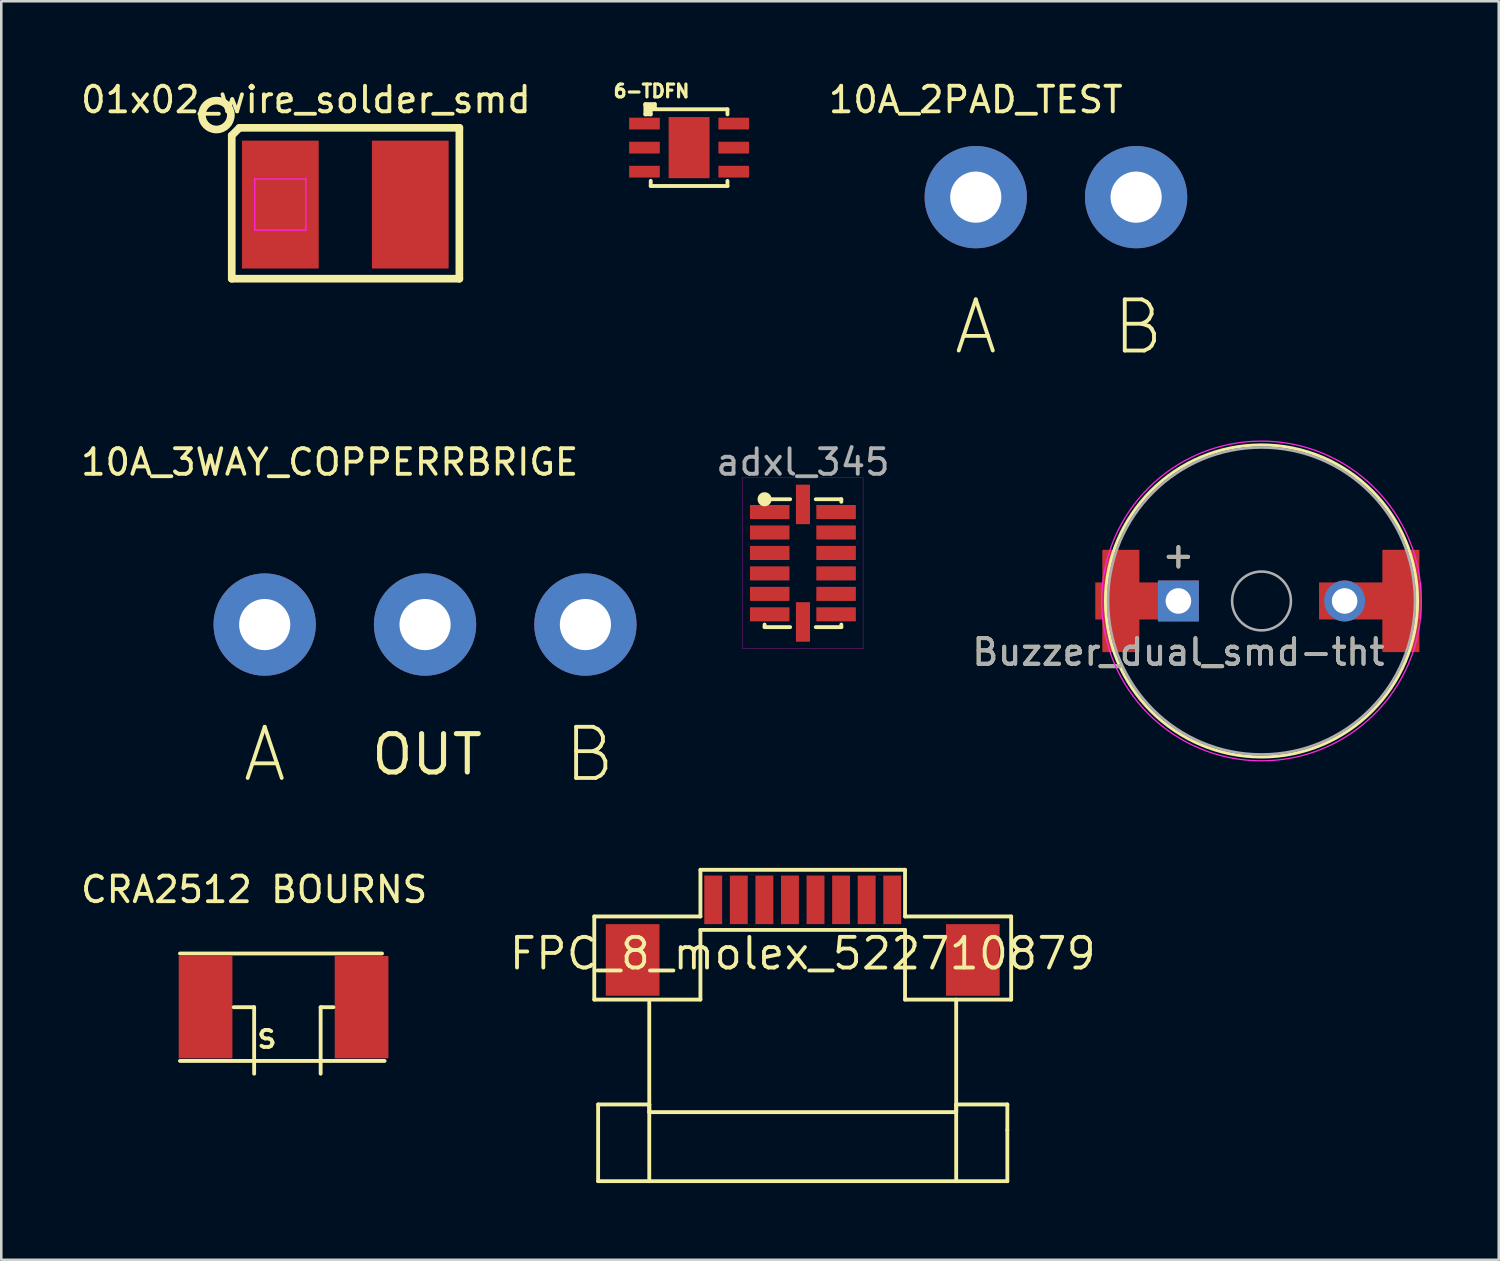
<source format=kicad_pcb>
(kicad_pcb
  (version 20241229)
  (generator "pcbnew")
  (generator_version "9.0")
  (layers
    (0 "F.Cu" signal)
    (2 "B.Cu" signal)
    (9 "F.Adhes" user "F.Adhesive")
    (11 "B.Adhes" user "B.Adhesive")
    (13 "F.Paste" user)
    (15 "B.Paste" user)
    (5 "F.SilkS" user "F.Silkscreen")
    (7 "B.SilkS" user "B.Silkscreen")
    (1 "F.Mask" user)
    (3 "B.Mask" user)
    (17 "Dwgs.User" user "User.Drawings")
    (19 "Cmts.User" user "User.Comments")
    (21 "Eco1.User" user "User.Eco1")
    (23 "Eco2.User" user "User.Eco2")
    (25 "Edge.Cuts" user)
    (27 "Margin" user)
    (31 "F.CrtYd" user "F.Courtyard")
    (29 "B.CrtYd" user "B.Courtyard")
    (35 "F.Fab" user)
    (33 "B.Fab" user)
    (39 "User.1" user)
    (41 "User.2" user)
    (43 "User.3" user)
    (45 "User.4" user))
  (footprint "01x02_wire_solder_smd"
    (layer "F.Cu")
    (at 7.911 4.948)
    (property "Reference" "01x02_wire_solder_smd" (at 1 -4.1 180) (layer "F.SilkS") (effects (font (size 1 1) (thickness 0.15))))
    (attr exclude_from_pos_files exclude_from_bom)
    (fp_line (start -1.9 -2.7) (end -1.6 -3) (stroke (width 0.3) (type solid)) (layer "F.SilkS"))
    (fp_line (start -1.9 2.9) (end -1.9 -2.7) (stroke (width 0.3) (type solid)) (layer "F.SilkS"))
    (fp_line (start -1.6 -3) (end 7 -3) (stroke (width 0.3) (type solid)) (layer "F.SilkS"))
    (fp_line (start 7 -3) (end 7 2.9) (stroke (width 0.3) (type solid)) (layer "F.SilkS"))
    (fp_line (start 7 2.9) (end -1.9 2.9) (stroke (width 0.3) (type solid)) (layer "F.SilkS"))
    (fp_circle (center -2.5 -3.5) (end -2.1 -3.9) (stroke (width 0.3) (type solid)) (fill no) (layer "F.SilkS"))
    (fp_line (start -1 -1) (end 1 -1) (stroke (width 0.05) (type solid)) (layer "F.CrtYd"))
    (fp_line (start -1 1) (end -1 -1) (stroke (width 0.05) (type solid)) (layer "F.CrtYd"))
    (fp_line (start 1 -1) (end 1 1) (stroke (width 0.05) (type solid)) (layer "F.CrtYd"))
    (fp_line (start 1 1) (end -1 1) (stroke (width 0.05) (type solid)) (layer "F.CrtYd"))
    (pad "1" smd rect (at 0 0) (size 3 5) (layers "F.Cu" "F.Mask"))
    (pad "2" smd rect (at 5.08 0) (size 3 5) (layers "F.Cu" "F.Mask")))
  (footprint "FPC_8_molex_522710879"
    (layer "F.Cu")
    (at 28.336 32.133)
    (property "Reference" "FPC_8_molex_522710879" (at 0 2.1 0) (layer "F.SilkS") (effects (font (size 1.2 1.2) (thickness 0.15))))
    (attr through_hole)
    (fp_line (start -8.15 0.65) (end -4 0.65) (stroke (width 0.15) (type solid)) (layer "F.SilkS"))
    (fp_line (start -8.15 3.9) (end -8.15 0.65) (stroke (width 0.15) (type solid)) (layer "F.SilkS"))
    (fp_line (start -8 8) (end -6 8) (stroke (width 0.15) (type solid)) (layer "F.SilkS"))
    (fp_line (start -8 11) (end -8 8) (stroke (width 0.15) (type solid)) (layer "F.SilkS"))
    (fp_line (start -6 4) (end -6 8) (stroke (width 0.15) (type solid)) (layer "F.SilkS"))
    (fp_line (start -6 8) (end -6 8.3) (stroke (width 0.15) (type solid)) (layer "F.SilkS"))
    (fp_line (start -6 8) (end -6 11) (stroke (width 0.15) (type solid)) (layer "F.SilkS"))
    (fp_line (start -6 8.3) (end 6 8.3) (stroke (width 0.15) (type solid)) (layer "F.SilkS"))
    (fp_line (start -6 11) (end -8 11) (stroke (width 0.15) (type solid)) (layer "F.SilkS"))
    (fp_line (start -6 11) (end 6 11) (stroke (width 0.15) (type solid)) (layer "F.SilkS"))
    (fp_line (start -4 -1.175) (end 4 -1.175) (stroke (width 0.15) (type solid)) (layer "F.SilkS"))
    (fp_line (start -4 0.65) (end -4 -1.175) (stroke (width 0.15) (type solid)) (layer "F.SilkS"))
    (fp_line (start -4 1.175) (end -4 3.9) (stroke (width 0.15) (type solid)) (layer "F.SilkS"))
    (fp_line (start -4 1.175) (end 4 1.175) (stroke (width 0.15) (type solid)) (layer "F.SilkS"))
    (fp_line (start -4 3.9) (end -8.15 3.9) (stroke (width 0.15) (type solid)) (layer "F.SilkS"))
    (fp_line (start 4 0.65) (end 4 -1.175) (stroke (width 0.15) (type solid)) (layer "F.SilkS"))
    (fp_line (start 4 1.175) (end 4 3.9) (stroke (width 0.15) (type solid)) (layer "F.SilkS"))
    (fp_line (start 4 3.9) (end 8.15 3.9) (stroke (width 0.15) (type solid)) (layer "F.SilkS"))
    (fp_line (start 6 8.3) (end 6 3.9) (stroke (width 0.15) (type solid)) (layer "F.SilkS"))
    (fp_line (start 6 11) (end 6 8) (stroke (width 0.15) (type solid)) (layer "F.SilkS"))
    (fp_line (start 6 11) (end 8 11) (stroke (width 0.15) (type solid)) (layer "F.SilkS"))
    (fp_line (start 8 8) (end 6 8) (stroke (width 0.15) (type solid)) (layer "F.SilkS"))
    (fp_line (start 8 9) (end 8 8) (stroke (width 0.15) (type solid)) (layer "F.SilkS"))
    (fp_line (start 8 11) (end 8 9) (stroke (width 0.15) (type solid)) (layer "F.SilkS"))
    (fp_line (start 8.15 0.65) (end 4 0.65) (stroke (width 0.15) (type solid)) (layer "F.SilkS"))
    (fp_line (start 8.15 3.9) (end 8.15 0.65) (stroke (width 0.15) (type solid)) (layer "F.SilkS"))
    (pad "0" smd rect (at -6.65 2.35) (size 2.1 2.8) (layers "F.Cu" "F.Mask" "F.Paste"))
    (pad "0" smd rect (at 6.65 2.35) (size 2.1 2.8) (layers "F.Cu" "F.Mask" "F.Paste"))
    (pad "1" smd rect (at -3.5 0) (size 0.7 1.9) (layers "F.Cu" "F.Mask" "F.Paste"))
    (pad "2" smd rect (at -2.5 0) (size 0.7 1.9) (layers "F.Cu" "F.Mask" "F.Paste"))
    (pad "3" smd rect (at -1.5 0) (size 0.7 1.9) (layers "F.Cu" "F.Mask" "F.Paste"))
    (pad "4" smd rect (at -0.5 0) (size 0.7 1.9) (layers "F.Cu" "F.Mask" "F.Paste"))
    (pad "5" smd rect (at 0.5 0) (size 0.7 1.9) (layers "F.Cu" "F.Mask" "F.Paste"))
    (pad "6" smd rect (at 1.5 0) (size 0.7 1.9) (layers "F.Cu" "F.Mask" "F.Paste"))
    (pad "7" smd rect (at 2.5 0) (size 0.7 1.9) (layers "F.Cu" "F.Mask" "F.Paste"))
    (pad "8" smd rect (at 3.5 0) (size 0.7 1.9) (layers "F.Cu" "F.Mask" "F.Paste")))
  (footprint "Buzzer_dual_smd-tht"
    (layer "F.Cu")
    (at 43.024 20.447)
    (property "Reference" "Buzzer_dual_smd-tht" (at 0 2 0) (layer "F.SilkS") (effects (font (size 1 1) (thickness 0.15))))
    (attr through_hole)
    (fp_circle (center 3.25 0) (end 9.35 0) (stroke (width 0.12) (type solid)) (fill no) (layer "F.SilkS"))
    (fp_circle (center 3.25 0) (end 9.5 0) (stroke (width 0.05) (type solid)) (fill no) (layer "F.CrtYd"))
    (fp_circle (center 3.25 0) (end 4.4 0) (stroke (width 0.1) (type solid)) (fill no) (layer "F.Fab"))
    (fp_circle (center 3.25 0) (end 9.25 0) (stroke (width 0.1) (type solid)) (fill no) (layer "F.Fab"))
    (fp_text user "+" (at 0 -1.8 0) (layer "F.SilkS") (effects (font (size 1 1) (thickness 0.15))))
    (fp_text user "+" (at 0 -1.8 0) (layer "F.Fab") (effects (font (size 1 1) (thickness 0.15))))
    (fp_text user "${REFERENCE}" (at 0 2 0) (layer "F.Fab") (effects (font (size 1 1) (thickness 0.15))))
    (pad "1" smd rect (at -2.25 0) (size 1.45 4) (layers "F.Cu" "F.Mask" "F.Paste"))
    (pad "1" smd rect (at -1.25 0 90) (size 1.45 4) (layers "F.Cu" "F.Mask" "F.Paste"))
    (pad "1" thru_hole rect (at 0 0) (size 1.6 1.6) (drill 1) (layers "*.Cu" "*.Mask"))
    (pad "2" thru_hole circle (at 6.5 0) (size 1.6 1.6) (drill 1) (layers "*.Cu" "*.Mask"))
    (pad "2" smd rect (at 7.5 0 90) (size 1.45 4) (layers "F.Cu" "F.Mask" "F.Paste"))
    (pad "2" smd rect (at 8.7 0) (size 1.45 4) (layers "F.Cu" "F.Mask" "F.Paste")))
  (footprint "CRA2512 BOURNS"
    (layer "F.Cu")
    (at 4.987 36.331)
    (property "Reference" "CRA2512 BOURNS" (at 1.9 -4.6 0) (layer "F.SilkS") (effects (font (size 1 1) (thickness 0.15))))
    (attr through_hole)
    (fp_line (start -1 -2.1) (end 6.9 -2.1) (stroke (width 0.15) (type solid)) (layer "F.SilkS"))
    (fp_line (start -1 2.1) (end 7 2.1) (stroke (width 0.15) (type solid)) (layer "F.SilkS"))
    (fp_line (start 1.1 0) (end 1.9 0) (stroke (width 0.15) (type solid)) (layer "F.SilkS"))
    (fp_line (start 1.9 0) (end 1.9 2.6) (stroke (width 0.15) (type solid)) (layer "F.SilkS"))
    (fp_line (start 4.5 0) (end 4.5 2.6) (stroke (width 0.15) (type solid)) (layer "F.SilkS"))
    (fp_line (start 5 0) (end 4.5 0) (stroke (width 0.15) (type solid)) (layer "F.SilkS"))
    (fp_text user "s" (at 2.4 1.1 0) (layer "F.SilkS") (effects (font (size 1 1) (thickness 0.15))))
    (pad "1" smd rect (at 0 0) (size 2.1 4) (layers "F.Cu" "F.Mask" "F.Paste"))
    (pad "2" smd rect (at 6.1 0) (size 2.1 4) (layers "F.Cu" "F.Mask" "F.Paste")))
  (footprint "10A_3WAY_COPPERRBRIGE"
    (layer "F.Cu")
    (at 7.299 21.37)
    (property "Reference" "10A_3WAY_COPPERRBRIGE" (at 2.54 -6.35 0) (layer "F.SilkS") (effects (font (size 1 1) (thickness 0.15))))
    (attr through_hole)
    (fp_text user "B" (at 12.7 5.08 0) (layer "F.SilkS") (effects (font (size 2 2) (thickness 0.15))))
    (fp_text user "A" (at 0 5.08 0) (layer "F.SilkS") (effects (font (size 2 2) (thickness 0.15))))
    (fp_text user "OUT" (at 6.35 5.08 0) (layer "F.SilkS") (effects (font (size 1.5 1.5) (thickness 0.2))))
    (pad "1" thru_hole circle (at 0 0) (size 4 4) (drill 2) (layers "*.Cu" "*.Mask"))
    (pad "2" thru_hole circle (at 6.27 0) (size 4 4) (drill 2) (layers "*.Cu" "*.Mask"))
    (pad "3" thru_hole circle (at 12.54 0) (size 4 4) (drill 2) (layers "*.Cu" "*.Mask")))
  (footprint "adxl_345"
    (layer "F.Cu")
    (at 28.345 18.97)
    (property "Reference" "adxl_345" (at 0 -3.95 0) (layer "F.Fab") (effects (font (size 1 1) (thickness 0.15))))
    (attr through_hole)
    (fp_line (start -1.5 -2.5) (end -1.5 -2.4) (stroke (width 0.15) (type solid)) (layer "F.SilkS"))
    (fp_line (start -1.5 -2.5) (end -0.5 -2.5) (stroke (width 0.15) (type solid)) (layer "F.SilkS"))
    (fp_line (start -1.5 2.5) (end -1.5 2.4) (stroke (width 0.15) (type solid)) (layer "F.SilkS"))
    (fp_line (start -1.5 2.5) (end -0.5 2.5) (stroke (width 0.15) (type solid)) (layer "F.SilkS"))
    (fp_line (start 0.5 -2.5) (end 1.5 -2.5) (stroke (width 0.15) (type solid)) (layer "F.SilkS"))
    (fp_line (start 0.5 2.5) (end 1.5 2.5) (stroke (width 0.15) (type solid)) (layer "F.SilkS"))
    (fp_line (start 1.5 -2.5) (end 1.5 -2.4) (stroke (width 0.15) (type solid)) (layer "F.SilkS"))
    (fp_line (start 1.5 2.5) (end 1.5 2.4) (stroke (width 0.15) (type solid)) (layer "F.SilkS"))
    (fp_circle (center -1.5 -2.5) (end -1.5 -2.7) (stroke (width 0.15) (type solid)) (fill no) (layer "F.SilkS"))
    (fp_circle (center -1.5 -2.5) (end -1.5 -2.6) (stroke (width 0.15) (type solid)) (fill no) (layer "F.SilkS"))
    (fp_line (start -2.35 -3.35) (end 2.35 -3.35) (stroke (width 0.01) (type solid)) (layer "F.CrtYd"))
    (fp_line (start -2.35 3.35) (end -2.35 -3.35) (stroke (width 0.01) (type solid)) (layer "F.CrtYd"))
    (fp_line (start 2.35 -3.35) (end 2.35 3.35) (stroke (width 0.01) (type solid)) (layer "F.CrtYd"))
    (fp_line (start 2.35 3.35) (end -2.35 3.35) (stroke (width 0.01) (type solid)) (layer "F.CrtYd"))
    (pad "1" smd rect (at -1.1 -2) (size 1.545 0.55) (drill (offset -0.2 0)) (layers "F.Cu" "F.Mask" "F.Paste"))
    (pad "2" smd rect (at -1.1 -1.2) (size 1.545 0.55) (drill (offset -0.2 0)) (layers "F.Cu" "F.Mask" "F.Paste"))
    (pad "3" smd rect (at -1.1 -0.4) (size 1.545 0.55) (drill (offset -0.2 0)) (layers "F.Cu" "F.Mask" "F.Paste"))
    (pad "4" smd rect (at -1.1 0.4) (size 1.545 0.55) (drill (offset -0.2 0)) (layers "F.Cu" "F.Mask" "F.Paste"))
    (pad "5" smd rect (at -1.1 1.2) (size 1.545 0.55) (drill (offset -0.2 0)) (layers "F.Cu" "F.Mask" "F.Paste"))
    (pad "6" smd rect (at -1.1 2) (size 1.545 0.55) (drill (offset -0.2 0)) (layers "F.Cu" "F.Mask" "F.Paste"))
    (pad "7" smd rect (at 0 2.098) (size 0.55 1.545) (drill (offset 0 0.2)) (layers "F.Cu" "F.Mask" "F.Paste"))
    (pad "8" smd rect (at 1.095 2) (size 1.545 0.55) (drill (offset 0.2 0)) (layers "F.Cu" "F.Mask" "F.Paste"))
    (pad "9" smd rect (at 1.095 1.2) (size 1.545 0.55) (drill (offset 0.2 0)) (layers "F.Cu" "F.Mask" "F.Paste"))
    (pad "10" smd rect (at 1.095 0.4) (size 1.545 0.55) (drill (offset 0.2 0)) (layers "F.Cu" "F.Mask" "F.Paste"))
    (pad "11" smd rect (at 1.095 -0.4) (size 1.545 0.55) (drill (offset 0.2 0)) (layers "F.Cu" "F.Mask" "F.Paste"))
    (pad "12" smd rect (at 1.095 -1.2) (size 1.545 0.55) (drill (offset 0.2 0)) (layers "F.Cu" "F.Mask" "F.Paste"))
    (pad "13" smd rect (at 1.095 -2) (size 1.545 0.55) (drill (offset 0.2 0)) (layers "F.Cu" "F.Mask" "F.Paste"))
    (pad "14" smd rect (at 0 -2.098) (size 0.55 1.545) (drill (offset 0 -0.2)) (layers "F.Cu" "F.Mask" "F.Paste")))
  (footprint "6-TDFN"
    (layer "F.Cu")
    (at 23.893 2.722)
    (property "Reference" "6-TDFN" (at -1.47 -2.21 0) (layer "F.SilkS") (effects (font (size 0.5 0.5) (thickness 0.125))))
    (attr through_hole)
    (fp_line (start -1.71 -1.7) (end -1.34 -1.7) (stroke (width 0.15) (type solid)) (layer "F.SilkS"))
    (fp_line (start -1.71 -1.67) (end -1.71 -1.7) (stroke (width 0.15) (type solid)) (layer "F.SilkS"))
    (fp_line (start -1.71 -1.3) (end -1.71 -1.67) (stroke (width 0.15) (type solid)) (layer "F.SilkS"))
    (fp_line (start -1.6 -1.6) (end -1.6 -1.35) (stroke (width 0.15) (type solid)) (layer "F.SilkS"))
    (fp_line (start -1.5 -1.5) (end -1.5 -1.3) (stroke (width 0.15) (type solid)) (layer "F.SilkS"))
    (fp_line (start -1.5 -1.5) (end 1.5 -1.5) (stroke (width 0.15) (type solid)) (layer "F.SilkS"))
    (fp_line (start -1.5 -1.3) (end -1.71 -1.3) (stroke (width 0.15) (type solid)) (layer "F.SilkS"))
    (fp_line (start -1.5 1.5) (end -1.5 1.3) (stroke (width 0.15) (type solid)) (layer "F.SilkS"))
    (fp_line (start -1.34 -1.7) (end -1.34 -1.56) (stroke (width 0.15) (type solid)) (layer "F.SilkS"))
    (fp_line (start -1.34 -1.56) (end -1.6 -1.6) (stroke (width 0.15) (type solid)) (layer "F.SilkS"))
    (fp_line (start 1.5 -1.5) (end 1.5 -1.3) (stroke (width 0.15) (type solid)) (layer "F.SilkS"))
    (fp_line (start 1.5 1.3) (end 1.5 1.5) (stroke (width 0.15) (type solid)) (layer "F.SilkS"))
    (fp_line (start 1.5 1.5) (end -1.5 1.5) (stroke (width 0.15) (type solid)) (layer "F.SilkS"))
    (pad "1" smd rect (at -1.745 -0.94) (size 1.2 0.46) (layers "F.Cu" "F.Mask" "F.Paste"))
    (pad "2" smd rect (at -1.745 0) (size 1.2 0.46) (layers "F.Cu" "F.Mask" "F.Paste"))
    (pad "3" smd rect (at -1.745 0.94) (size 1.2 0.46) (layers "F.Cu" "F.Mask" "F.Paste"))
    (pad "4" smd rect (at 1.745 0.94) (size 1.2 0.46) (layers "F.Cu" "F.Mask" "F.Paste"))
    (pad "5" smd rect (at 1.745 0) (size 1.2 0.46) (layers "F.Cu" "F.Mask" "F.Paste"))
    (pad "6" smd rect (at 1.745 -0.94) (size 1.2 0.46) (layers "F.Cu" "F.Mask" "F.Paste"))
    (pad "7" smd rect (at 0 0) (size 1.2 2) (layers "F.Cu" "F.Paste"))
    (pad "7" smd rect (at 0 0) (size 1.6 2.39) (layers "F.Cu" "F.Mask")))
  (footprint "10A_2PAD_TEST"
    (layer "F.Cu")
    (at 35.101 4.658)
    (property "Reference" "10A_2PAD_TEST" (at 0 -3.81 0) (layer "F.SilkS") (effects (font (size 1 1) (thickness 0.15))))
    (attr through_hole)
    (fp_text user "A" (at 0 5.08 0) (layer "F.SilkS") (effects (font (size 2 2) (thickness 0.15))))
    (fp_text user "B" (at 6.35 5.08 0) (layer "F.SilkS") (effects (font (size 2 2) (thickness 0.15))))
    (pad "1" thru_hole circle (at 0 0) (size 4 4) (drill 2) (layers "*.Cu" "*.Mask"))
    (pad "2" thru_hole circle (at 6.27 0) (size 4 4) (drill 2) (layers "*.Cu" "*.Mask")))
  (gr_rect
    (start -3 -3)
    (end 55.549 46.208)
    (stroke (width 0.1) (type default))
    (fill no)
    (layer "Edge.Cuts")))
</source>
